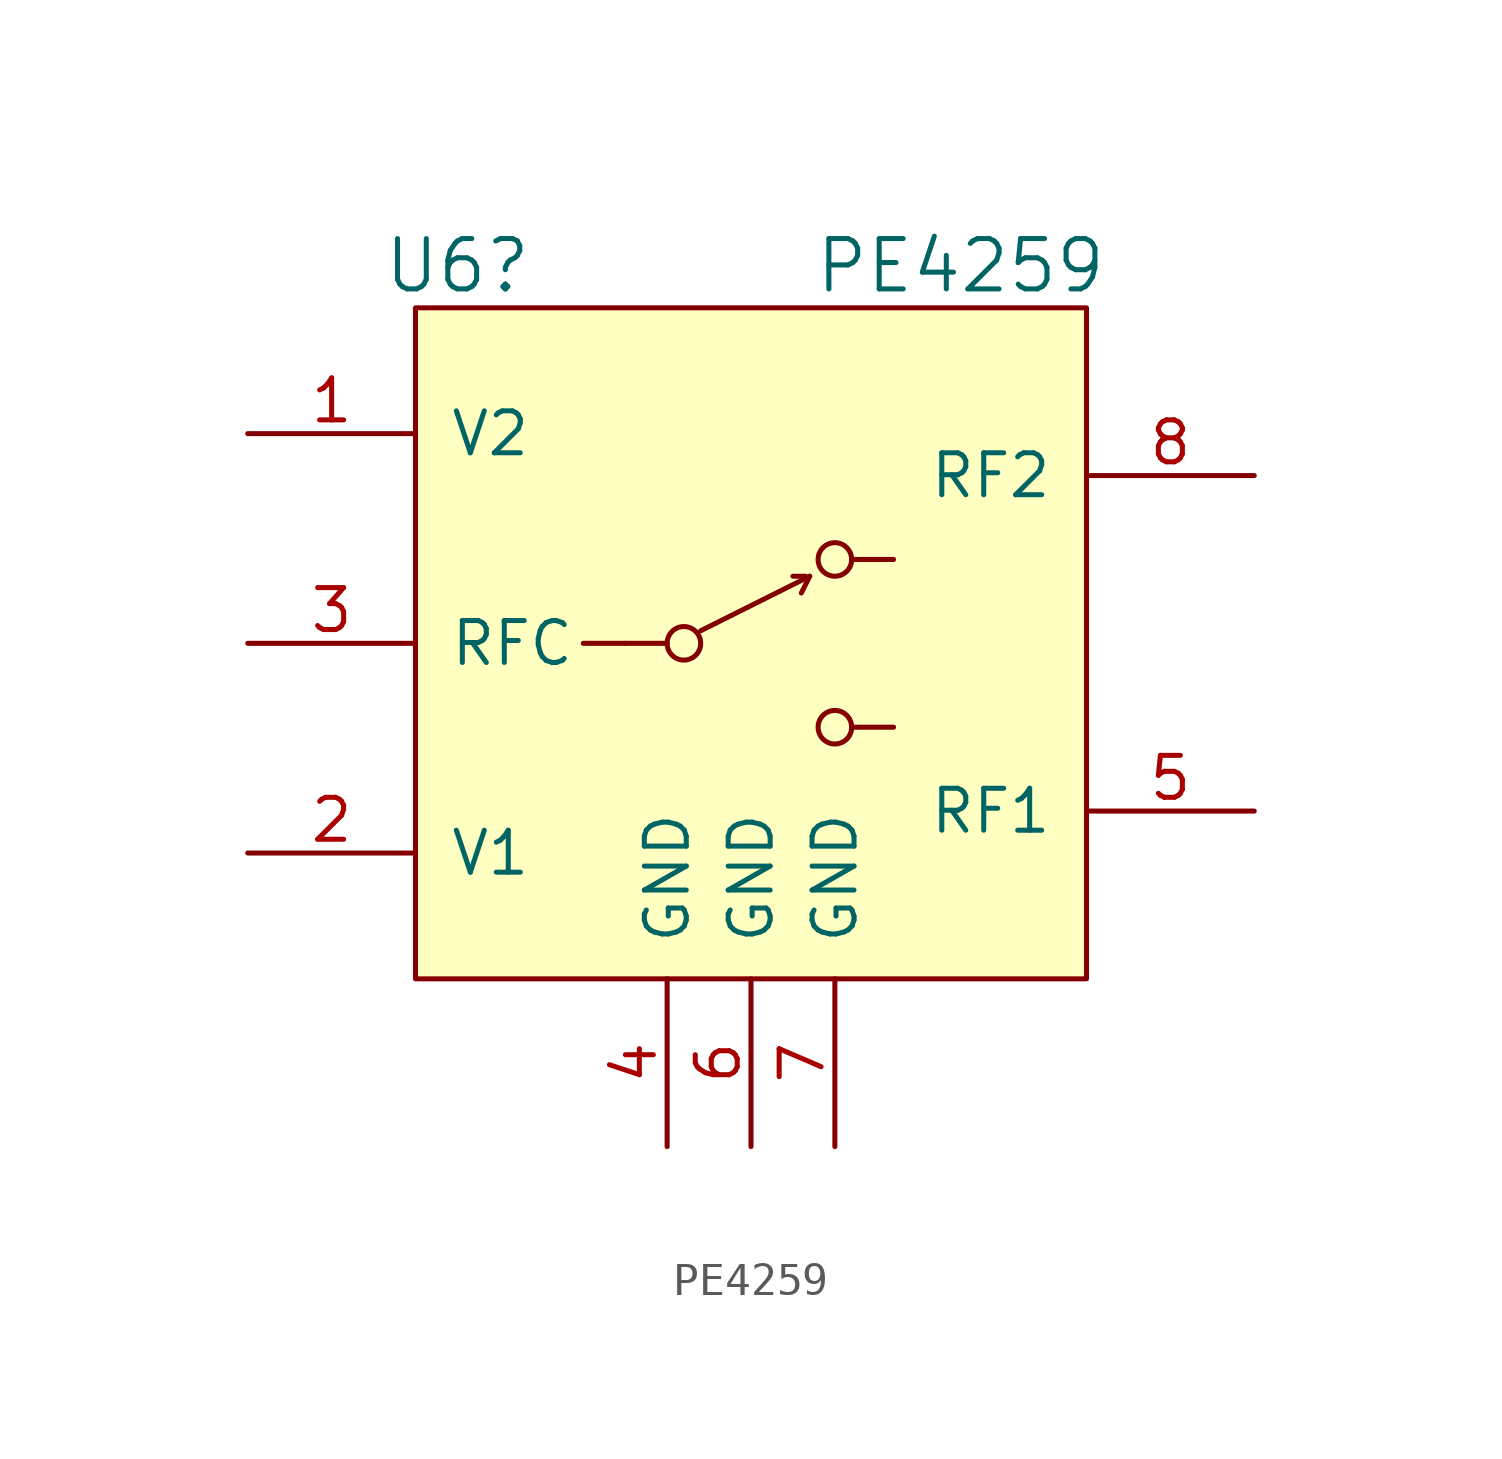
<source format=kicad_sym>
(kicad_symbol_lib
  (version 20231120)
  (generator "kicad_symbol_editor")
  (generator_version "8.0")
  (symbol "PE4259"
    (pin_names
      (offset 1.016))
    (property "Reference" "U6"
      (at -8.89 11.43 0)
      (effects (font (size 1.524 1.524))))
    (property "Value" "PE4259"
      (at 6.35 11.43 0)
      (effects (font (size 1.524 1.524))))
    (symbol "PE4259_0_1"
      (rectangle (start -10.16 10.16) (end 10.16 -10.16) (stroke (width 0) (type solid)) (fill (type background)))
      (circle (center -2.032 0) (radius 0.508) (stroke (width 0) (type solid)) (fill (type none)))
      (polyline (pts (xy -3.81 0) (xy -5.08 0)) (stroke (width 0) (type solid)) (fill (type none)))
      (polyline (pts (xy -3.81 0) (xy -2.54 0)) (stroke (width 0) (type solid)) (fill (type none)))
      (polyline (pts (xy -1.524 0.381) (xy 1.778 2.032)) (stroke (width 0) (type solid)) (fill (type none)))
      (polyline (pts (xy 1.651 2.032) (xy 1.27 2.032)) (stroke (width 0) (type solid)) (fill (type none)))
      (polyline (pts (xy 1.778 2.032) (xy 1.524 1.524)) (stroke (width 0) (type solid)) (fill (type none)))
      (polyline (pts (xy 3.048 -2.54) (xy 4.318 -2.54)) (stroke (width 0) (type solid)) (fill (type none)))
      (polyline (pts (xy 3.048 2.54) (xy 4.318 2.54)) (stroke (width 0) (type solid)) (fill (type none)))
      (circle (center 2.54 -2.54) (radius 0.508) (stroke (width 0) (type solid)) (fill (type none)))
      (circle (center 2.54 2.54) (radius 0.508) (stroke (width 0) (type solid)) (fill (type none))))
    (symbol "PE4259_1_1"
      (pin passive line (at -15.24 6.35 0) (length 5.08) (name "V2" (effects (font (size 1.27 1.27)))) (number "1" (effects (font (size 1.27 1.27)))))
      (pin passive line (at -15.24 -6.35 0) (length 5.08) (name "V1" (effects (font (size 1.27 1.27)))) (number "2" (effects (font (size 1.27 1.27)))))
      (pin passive line (at -15.24 0 0) (length 5.08) (name "RFC" (effects (font (size 1.27 1.27)))) (number "3" (effects (font (size 1.27 1.27)))))
      (pin passive line (at -2.54 -15.24 90) (length 5.08) (name "GND" (effects (font (size 1.27 1.27)))) (number "4" (effects (font (size 1.27 1.27)))))
      (pin passive line (at 15.24 -5.08 180) (length 5.08) (name "RF1" (effects (font (size 1.27 1.27)))) (number "5" (effects (font (size 1.27 1.27)))))
      (pin passive line (at 0 -15.24 90) (length 5.08) (name "GND" (effects (font (size 1.27 1.27)))) (number "6" (effects (font (size 1.27 1.27)))))
      (pin passive line (at 2.54 -15.24 90) (length 5.08) (name "GND" (effects (font (size 1.27 1.27)))) (number "7" (effects (font (size 1.27 1.27)))))
      (pin passive line (at 15.24 5.08 180) (length 5.08) (name "RF2" (effects (font (size 1.27 1.27)))) (number "8" (effects (font (size 1.27 1.27))))))))
</source>
